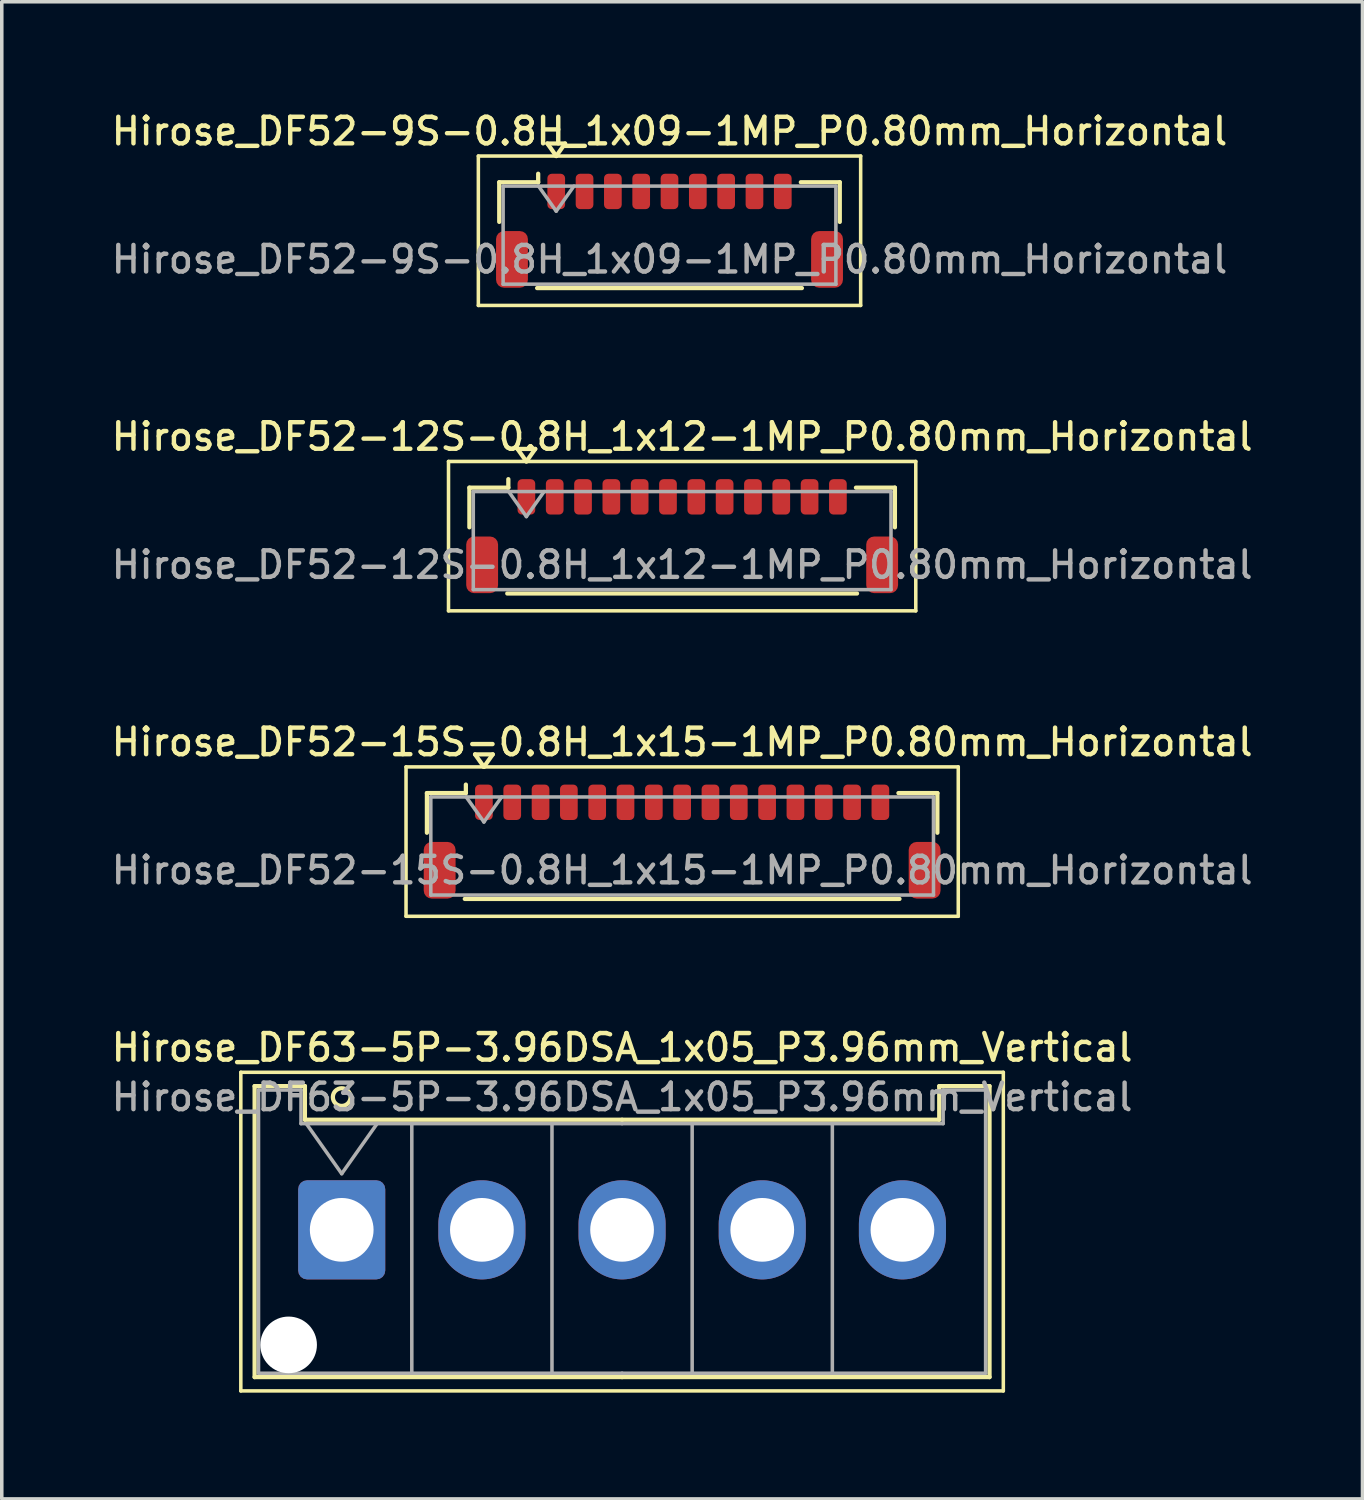
<source format=kicad_pcb>
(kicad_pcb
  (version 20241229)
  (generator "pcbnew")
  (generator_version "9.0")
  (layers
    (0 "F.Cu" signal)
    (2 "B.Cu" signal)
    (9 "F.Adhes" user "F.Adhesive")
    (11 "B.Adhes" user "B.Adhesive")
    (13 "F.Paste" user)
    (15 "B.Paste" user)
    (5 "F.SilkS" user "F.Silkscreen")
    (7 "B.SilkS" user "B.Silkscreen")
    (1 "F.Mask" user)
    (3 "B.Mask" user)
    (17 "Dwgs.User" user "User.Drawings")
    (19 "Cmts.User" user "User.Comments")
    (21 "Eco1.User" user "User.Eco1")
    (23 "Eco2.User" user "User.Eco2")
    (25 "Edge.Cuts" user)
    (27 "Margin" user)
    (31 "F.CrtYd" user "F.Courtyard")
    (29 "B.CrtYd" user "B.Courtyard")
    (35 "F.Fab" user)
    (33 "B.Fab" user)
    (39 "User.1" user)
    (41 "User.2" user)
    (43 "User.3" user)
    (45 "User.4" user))
  (footprint "Hirose_DF63-5P-3.96DSA_1x05_P3.96mm_Vertical"
    (layer "F.Cu")
    (at 6.603 31.692)
    (property "Reference" "Hirose_DF63-5P-3.96DSA_1x05_P3.96mm_Vertical" (at 7.92 -5.15 0) (layer "F.SilkS") (effects (font (size 0.75 0.75) (thickness 0.125))))
    (attr through_hole)
    (fp_line (start -2.85 -4.45) (end -2.85 4.55) (stroke (width 0.1) (type solid)) (layer "F.SilkS"))
    (fp_line (start -2.85 4.55) (end 18.69 4.55) (stroke (width 0.1) (type solid)) (layer "F.SilkS"))
    (fp_line (start -2.46 -4.06) (end -1.04 -4.06) (stroke (width 0.12) (type solid)) (layer "F.SilkS"))
    (fp_line (start -2.46 4.16) (end -2.46 -4.06) (stroke (width 0.12) (type solid)) (layer "F.SilkS"))
    (fp_line (start -1.04 -4.06) (end -1.04 -3.11) (stroke (width 0.12) (type solid)) (layer "F.SilkS"))
    (fp_line (start -1.04 -3.11) (end 7.92 -3.11) (stroke (width 0.12) (type solid)) (layer "F.SilkS"))
    (fp_line (start 7.92 4.16) (end -2.46 4.16) (stroke (width 0.12) (type solid)) (layer "F.SilkS"))
    (fp_line (start 7.92 4.16) (end 18.3 4.16) (stroke (width 0.12) (type solid)) (layer "F.SilkS"))
    (fp_line (start 16.88 -4.06) (end 16.88 -3.11) (stroke (width 0.12) (type solid)) (layer "F.SilkS"))
    (fp_line (start 16.88 -3.11) (end 7.92 -3.11) (stroke (width 0.12) (type solid)) (layer "F.SilkS"))
    (fp_line (start 18.3 -4.06) (end 16.88 -4.06) (stroke (width 0.12) (type solid)) (layer "F.SilkS"))
    (fp_line (start 18.3 4.16) (end 18.3 -4.06) (stroke (width 0.12) (type solid)) (layer "F.SilkS"))
    (fp_line (start 18.69 -4.45) (end -2.85 -4.45) (stroke (width 0.1) (type solid)) (layer "F.SilkS"))
    (fp_line (start 18.69 4.55) (end 18.69 -4.45) (stroke (width 0.1) (type solid)) (layer "F.SilkS"))
    (fp_circle (center 0 -3.75) (end 0.25 -3.75) (stroke (width 0.12) (type solid)) (fill no) (layer "F.SilkS"))
    (fp_line (start -2.35 -3.95) (end -1.15 -3.95) (stroke (width 0.1) (type solid)) (layer "F.Fab"))
    (fp_line (start -2.35 4.05) (end -2.35 -3.95) (stroke (width 0.1) (type solid)) (layer "F.Fab"))
    (fp_line (start -1.15 -3.95) (end -1.15 -3) (stroke (width 0.1) (type solid)) (layer "F.Fab"))
    (fp_line (start -1.15 -3) (end 7.92 -3) (stroke (width 0.1) (type solid)) (layer "F.Fab"))
    (fp_line (start -1 -3) (end 0 -1.586) (stroke (width 0.1) (type solid)) (layer "F.Fab"))
    (fp_line (start 0 -1.586) (end 1 -3) (stroke (width 0.1) (type solid)) (layer "F.Fab"))
    (fp_line (start 1.98 -3) (end 1.98 4.05) (stroke (width 0.1) (type solid)) (layer "F.Fab"))
    (fp_line (start 5.94 -3) (end 5.94 4.05) (stroke (width 0.1) (type solid)) (layer "F.Fab"))
    (fp_line (start 7.92 4.05) (end -2.35 4.05) (stroke (width 0.1) (type solid)) (layer "F.Fab"))
    (fp_line (start 7.92 4.05) (end 18.19 4.05) (stroke (width 0.1) (type solid)) (layer "F.Fab"))
    (fp_line (start 9.9 -3) (end 9.9 4.05) (stroke (width 0.1) (type solid)) (layer "F.Fab"))
    (fp_line (start 13.86 -3) (end 13.86 4.05) (stroke (width 0.1) (type solid)) (layer "F.Fab"))
    (fp_line (start 16.99 -3.95) (end 16.99 -3) (stroke (width 0.1) (type solid)) (layer "F.Fab"))
    (fp_line (start 16.99 -3) (end 7.92 -3) (stroke (width 0.1) (type solid)) (layer "F.Fab"))
    (fp_line (start 18.19 -3.95) (end 16.99 -3.95) (stroke (width 0.1) (type solid)) (layer "F.Fab"))
    (fp_line (start 18.19 4.05) (end 18.19 -3.95) (stroke (width 0.1) (type solid)) (layer "F.Fab"))
    (fp_text user "${REFERENCE}" (at 7.92 -3.75 0) (layer "F.Fab") (effects (font (size 0.75 0.75) (thickness 0.125))))
    (pad "" np_thru_hole circle (at -1.5 3.25) (size 1.6 1.6) (drill 1.6) (layers "*.Cu" "*.Mask"))
    (pad "1" thru_hole roundrect (at 0 0) (size 2.46 2.8) (drill 1.8) (layers "*.Cu" "*.Mask") (roundrect_rratio 0.102))
    (pad "2" thru_hole oval (at 3.96 0) (size 2.46 2.8) (drill 1.8) (layers "*.Cu" "*.Mask"))
    (pad "3" thru_hole oval (at 7.92 0) (size 2.46 2.8) (drill 1.8) (layers "*.Cu" "*.Mask"))
    (pad "4" thru_hole oval (at 11.88 0) (size 2.46 2.8) (drill 1.8) (layers "*.Cu" "*.Mask"))
    (pad "5" thru_hole oval (at 15.84 0) (size 2.46 2.8) (drill 1.8) (layers "*.Cu" "*.Mask")))
  (footprint "Hirose_DF52-15S-0.8H_1x15-1MP_P0.80mm_Horizontal"
    (layer "F.Cu")
    (at 16.22 20.724)
    (property "Reference" "Hirose_DF52-15S-0.8H_1x15-1MP_P0.80mm_Horizontal" (at 0 -2.81 0) (layer "F.SilkS") (effects (font (size 0.75 0.75) (thickness 0.125))))
    (attr smd)
    (fp_line (start -7.8 -2.11) (end -7.8 2.11) (stroke (width 0.1) (type solid)) (layer "F.SilkS"))
    (fp_line (start -7.8 2.11) (end 7.8 2.11) (stroke (width 0.1) (type solid)) (layer "F.SilkS"))
    (fp_line (start -7.21 -1.37) (end -6.11 -1.37) (stroke (width 0.12) (type solid)) (layer "F.SilkS"))
    (fp_line (start -7.21 -0.25) (end -7.21 -1.37) (stroke (width 0.12) (type solid)) (layer "F.SilkS"))
    (fp_line (start -6.14 1.62) (end 6.14 1.62) (stroke (width 0.12) (type solid)) (layer "F.SilkS"))
    (fp_line (start -6.11 -1.37) (end -6.11 -1.61) (stroke (width 0.12) (type solid)) (layer "F.SilkS"))
    (fp_line (start -5.85 -2.464) (end -5.6 -2.11) (stroke (width 0.12) (type solid)) (layer "F.SilkS"))
    (fp_line (start -5.6 -2.11) (end -5.35 -2.464) (stroke (width 0.12) (type solid)) (layer "F.SilkS"))
    (fp_line (start -5.35 -2.464) (end -5.85 -2.464) (stroke (width 0.12) (type solid)) (layer "F.SilkS"))
    (fp_line (start 7.21 -1.37) (end 6.11 -1.37) (stroke (width 0.12) (type solid)) (layer "F.SilkS"))
    (fp_line (start 7.21 -0.25) (end 7.21 -1.37) (stroke (width 0.12) (type solid)) (layer "F.SilkS"))
    (fp_line (start 7.8 -2.11) (end -7.8 -2.11) (stroke (width 0.1) (type solid)) (layer "F.SilkS"))
    (fp_line (start 7.8 2.11) (end 7.8 -2.11) (stroke (width 0.1) (type solid)) (layer "F.SilkS"))
    (fp_line (start -7.1 -1.26) (end -7.1 1.51) (stroke (width 0.1) (type solid)) (layer "F.Fab"))
    (fp_line (start -7.1 -1.26) (end 7.1 -1.26) (stroke (width 0.1) (type solid)) (layer "F.Fab"))
    (fp_line (start -7.1 1.51) (end 7.1 1.51) (stroke (width 0.1) (type solid)) (layer "F.Fab"))
    (fp_line (start -6.1 -1.26) (end -5.6 -0.553) (stroke (width 0.1) (type solid)) (layer "F.Fab"))
    (fp_line (start -5.6 -0.553) (end -5.1 -1.26) (stroke (width 0.1) (type solid)) (layer "F.Fab"))
    (fp_line (start 7.1 -1.26) (end 7.1 1.51) (stroke (width 0.1) (type solid)) (layer "F.Fab"))
    (fp_text user "${REFERENCE}" (at 0 0.81 0) (layer "F.Fab") (effects (font (size 0.75 0.75) (thickness 0.125))))
    (pad "1" smd roundrect (at -5.6 -1.11) (size 0.5 1) (layers "F.Cu" "F.Mask" "F.Paste") (roundrect_rratio 0.25))
    (pad "2" smd roundrect (at -4.8 -1.11) (size 0.5 1) (layers "F.Cu" "F.Mask" "F.Paste") (roundrect_rratio 0.25))
    (pad "3" smd roundrect (at -4 -1.11) (size 0.5 1) (layers "F.Cu" "F.Mask" "F.Paste") (roundrect_rratio 0.25))
    (pad "4" smd roundrect (at -3.2 -1.11) (size 0.5 1) (layers "F.Cu" "F.Mask" "F.Paste") (roundrect_rratio 0.25))
    (pad "5" smd roundrect (at -2.4 -1.11) (size 0.5 1) (layers "F.Cu" "F.Mask" "F.Paste") (roundrect_rratio 0.25))
    (pad "6" smd roundrect (at -1.6 -1.11) (size 0.5 1) (layers "F.Cu" "F.Mask" "F.Paste") (roundrect_rratio 0.25))
    (pad "7" smd roundrect (at -0.8 -1.11) (size 0.5 1) (layers "F.Cu" "F.Mask" "F.Paste") (roundrect_rratio 0.25))
    (pad "8" smd roundrect (at 0 -1.11) (size 0.5 1) (layers "F.Cu" "F.Mask" "F.Paste") (roundrect_rratio 0.25))
    (pad "9" smd roundrect (at 0.8 -1.11) (size 0.5 1) (layers "F.Cu" "F.Mask" "F.Paste") (roundrect_rratio 0.25))
    (pad "10" smd roundrect (at 1.6 -1.11) (size 0.5 1) (layers "F.Cu" "F.Mask" "F.Paste") (roundrect_rratio 0.25))
    (pad "11" smd roundrect (at 2.4 -1.11) (size 0.5 1) (layers "F.Cu" "F.Mask" "F.Paste") (roundrect_rratio 0.25))
    (pad "12" smd roundrect (at 3.2 -1.11) (size 0.5 1) (layers "F.Cu" "F.Mask" "F.Paste") (roundrect_rratio 0.25))
    (pad "13" smd roundrect (at 4 -1.11) (size 0.5 1) (layers "F.Cu" "F.Mask" "F.Paste") (roundrect_rratio 0.25))
    (pad "14" smd roundrect (at 4.8 -1.11) (size 0.5 1) (layers "F.Cu" "F.Mask" "F.Paste") (roundrect_rratio 0.25))
    (pad "15" smd roundrect (at 5.6 -1.11) (size 0.5 1) (layers "F.Cu" "F.Mask" "F.Paste") (roundrect_rratio 0.25))
    (pad "MP" smd roundrect (at -6.85 0.81) (size 0.9 1.6) (layers "F.Cu" "F.Mask" "F.Paste") (roundrect_rratio 0.25))
    (pad "MP" smd roundrect (at 6.85 0.81) (size 0.9 1.6) (layers "F.Cu" "F.Mask" "F.Paste") (roundrect_rratio 0.25)))
  (footprint "Hirose_DF52-9S-0.8H_1x09-1MP_P0.80mm_Horizontal"
    (layer "F.Cu")
    (at 15.863 3.468)
    (property "Reference" "Hirose_DF52-9S-0.8H_1x09-1MP_P0.80mm_Horizontal" (at 0 -2.81 0) (layer "F.SilkS") (effects (font (size 0.75 0.75) (thickness 0.125))))
    (attr smd)
    (fp_line (start -5.4 -2.11) (end -5.4 2.11) (stroke (width 0.1) (type solid)) (layer "F.SilkS"))
    (fp_line (start -5.4 2.11) (end 5.4 2.11) (stroke (width 0.1) (type solid)) (layer "F.SilkS"))
    (fp_line (start -4.81 -1.37) (end -3.71 -1.37) (stroke (width 0.12) (type solid)) (layer "F.SilkS"))
    (fp_line (start -4.81 -0.25) (end -4.81 -1.37) (stroke (width 0.12) (type solid)) (layer "F.SilkS"))
    (fp_line (start -3.74 1.62) (end 3.74 1.62) (stroke (width 0.12) (type solid)) (layer "F.SilkS"))
    (fp_line (start -3.71 -1.37) (end -3.71 -1.61) (stroke (width 0.12) (type solid)) (layer "F.SilkS"))
    (fp_line (start -3.45 -2.464) (end -3.2 -2.11) (stroke (width 0.12) (type solid)) (layer "F.SilkS"))
    (fp_line (start -3.2 -2.11) (end -2.95 -2.464) (stroke (width 0.12) (type solid)) (layer "F.SilkS"))
    (fp_line (start -2.95 -2.464) (end -3.45 -2.464) (stroke (width 0.12) (type solid)) (layer "F.SilkS"))
    (fp_line (start 4.81 -1.37) (end 3.71 -1.37) (stroke (width 0.12) (type solid)) (layer "F.SilkS"))
    (fp_line (start 4.81 -0.25) (end 4.81 -1.37) (stroke (width 0.12) (type solid)) (layer "F.SilkS"))
    (fp_line (start 5.4 -2.11) (end -5.4 -2.11) (stroke (width 0.1) (type solid)) (layer "F.SilkS"))
    (fp_line (start 5.4 2.11) (end 5.4 -2.11) (stroke (width 0.1) (type solid)) (layer "F.SilkS"))
    (fp_line (start -4.7 -1.26) (end -4.7 1.51) (stroke (width 0.1) (type solid)) (layer "F.Fab"))
    (fp_line (start -4.7 -1.26) (end 4.7 -1.26) (stroke (width 0.1) (type solid)) (layer "F.Fab"))
    (fp_line (start -4.7 1.51) (end 4.7 1.51) (stroke (width 0.1) (type solid)) (layer "F.Fab"))
    (fp_line (start -3.7 -1.26) (end -3.2 -0.553) (stroke (width 0.1) (type solid)) (layer "F.Fab"))
    (fp_line (start -3.2 -0.553) (end -2.7 -1.26) (stroke (width 0.1) (type solid)) (layer "F.Fab"))
    (fp_line (start 4.7 -1.26) (end 4.7 1.51) (stroke (width 0.1) (type solid)) (layer "F.Fab"))
    (fp_text user "${REFERENCE}" (at 0 0.81 0) (layer "F.Fab") (effects (font (size 0.75 0.75) (thickness 0.125))))
    (pad "1" smd roundrect (at -3.2 -1.11) (size 0.5 1) (layers "F.Cu" "F.Mask" "F.Paste") (roundrect_rratio 0.25))
    (pad "2" smd roundrect (at -2.4 -1.11) (size 0.5 1) (layers "F.Cu" "F.Mask" "F.Paste") (roundrect_rratio 0.25))
    (pad "3" smd roundrect (at -1.6 -1.11) (size 0.5 1) (layers "F.Cu" "F.Mask" "F.Paste") (roundrect_rratio 0.25))
    (pad "4" smd roundrect (at -0.8 -1.11) (size 0.5 1) (layers "F.Cu" "F.Mask" "F.Paste") (roundrect_rratio 0.25))
    (pad "5" smd roundrect (at 0 -1.11) (size 0.5 1) (layers "F.Cu" "F.Mask" "F.Paste") (roundrect_rratio 0.25))
    (pad "6" smd roundrect (at 0.8 -1.11) (size 0.5 1) (layers "F.Cu" "F.Mask" "F.Paste") (roundrect_rratio 0.25))
    (pad "7" smd roundrect (at 1.6 -1.11) (size 0.5 1) (layers "F.Cu" "F.Mask" "F.Paste") (roundrect_rratio 0.25))
    (pad "8" smd roundrect (at 2.4 -1.11) (size 0.5 1) (layers "F.Cu" "F.Mask" "F.Paste") (roundrect_rratio 0.25))
    (pad "9" smd roundrect (at 3.2 -1.11) (size 0.5 1) (layers "F.Cu" "F.Mask" "F.Paste") (roundrect_rratio 0.25))
    (pad "MP" smd roundrect (at -4.45 0.81) (size 0.9 1.6) (layers "F.Cu" "F.Mask" "F.Paste") (roundrect_rratio 0.25))
    (pad "MP" smd roundrect (at 4.45 0.81) (size 0.9 1.6) (layers "F.Cu" "F.Mask" "F.Paste") (roundrect_rratio 0.25)))
  (footprint "Hirose_DF52-12S-0.8H_1x12-1MP_P0.80mm_Horizontal"
    (layer "F.Cu")
    (at 16.22 12.096)
    (property "Reference" "Hirose_DF52-12S-0.8H_1x12-1MP_P0.80mm_Horizontal" (at 0 -2.81 0) (layer "F.SilkS") (effects (font (size 0.75 0.75) (thickness 0.125))))
    (attr smd)
    (fp_line (start -6.6 -2.11) (end -6.6 2.11) (stroke (width 0.1) (type solid)) (layer "F.SilkS"))
    (fp_line (start -6.6 2.11) (end 6.6 2.11) (stroke (width 0.1) (type solid)) (layer "F.SilkS"))
    (fp_line (start -6.01 -1.37) (end -4.91 -1.37) (stroke (width 0.12) (type solid)) (layer "F.SilkS"))
    (fp_line (start -6.01 -0.25) (end -6.01 -1.37) (stroke (width 0.12) (type solid)) (layer "F.SilkS"))
    (fp_line (start -4.94 1.62) (end 4.94 1.62) (stroke (width 0.12) (type solid)) (layer "F.SilkS"))
    (fp_line (start -4.91 -1.37) (end -4.91 -1.61) (stroke (width 0.12) (type solid)) (layer "F.SilkS"))
    (fp_line (start -4.65 -2.464) (end -4.4 -2.11) (stroke (width 0.12) (type solid)) (layer "F.SilkS"))
    (fp_line (start -4.4 -2.11) (end -4.15 -2.464) (stroke (width 0.12) (type solid)) (layer "F.SilkS"))
    (fp_line (start -4.15 -2.464) (end -4.65 -2.464) (stroke (width 0.12) (type solid)) (layer "F.SilkS"))
    (fp_line (start 6.01 -1.37) (end 4.91 -1.37) (stroke (width 0.12) (type solid)) (layer "F.SilkS"))
    (fp_line (start 6.01 -0.25) (end 6.01 -1.37) (stroke (width 0.12) (type solid)) (layer "F.SilkS"))
    (fp_line (start 6.6 -2.11) (end -6.6 -2.11) (stroke (width 0.1) (type solid)) (layer "F.SilkS"))
    (fp_line (start 6.6 2.11) (end 6.6 -2.11) (stroke (width 0.1) (type solid)) (layer "F.SilkS"))
    (fp_line (start -5.9 -1.26) (end -5.9 1.51) (stroke (width 0.1) (type solid)) (layer "F.Fab"))
    (fp_line (start -5.9 -1.26) (end 5.9 -1.26) (stroke (width 0.1) (type solid)) (layer "F.Fab"))
    (fp_line (start -5.9 1.51) (end 5.9 1.51) (stroke (width 0.1) (type solid)) (layer "F.Fab"))
    (fp_line (start -4.9 -1.26) (end -4.4 -0.553) (stroke (width 0.1) (type solid)) (layer "F.Fab"))
    (fp_line (start -4.4 -0.553) (end -3.9 -1.26) (stroke (width 0.1) (type solid)) (layer "F.Fab"))
    (fp_line (start 5.9 -1.26) (end 5.9 1.51) (stroke (width 0.1) (type solid)) (layer "F.Fab"))
    (fp_text user "${REFERENCE}" (at 0 0.81 0) (layer "F.Fab") (effects (font (size 0.75 0.75) (thickness 0.125))))
    (pad "1" smd roundrect (at -4.4 -1.11) (size 0.5 1) (layers "F.Cu" "F.Mask" "F.Paste") (roundrect_rratio 0.25))
    (pad "2" smd roundrect (at -3.6 -1.11) (size 0.5 1) (layers "F.Cu" "F.Mask" "F.Paste") (roundrect_rratio 0.25))
    (pad "3" smd roundrect (at -2.8 -1.11) (size 0.5 1) (layers "F.Cu" "F.Mask" "F.Paste") (roundrect_rratio 0.25))
    (pad "4" smd roundrect (at -2 -1.11) (size 0.5 1) (layers "F.Cu" "F.Mask" "F.Paste") (roundrect_rratio 0.25))
    (pad "5" smd roundrect (at -1.2 -1.11) (size 0.5 1) (layers "F.Cu" "F.Mask" "F.Paste") (roundrect_rratio 0.25))
    (pad "6" smd roundrect (at -0.4 -1.11) (size 0.5 1) (layers "F.Cu" "F.Mask" "F.Paste") (roundrect_rratio 0.25))
    (pad "7" smd roundrect (at 0.4 -1.11) (size 0.5 1) (layers "F.Cu" "F.Mask" "F.Paste") (roundrect_rratio 0.25))
    (pad "8" smd roundrect (at 1.2 -1.11) (size 0.5 1) (layers "F.Cu" "F.Mask" "F.Paste") (roundrect_rratio 0.25))
    (pad "9" smd roundrect (at 2 -1.11) (size 0.5 1) (layers "F.Cu" "F.Mask" "F.Paste") (roundrect_rratio 0.25))
    (pad "10" smd roundrect (at 2.8 -1.11) (size 0.5 1) (layers "F.Cu" "F.Mask" "F.Paste") (roundrect_rratio 0.25))
    (pad "11" smd roundrect (at 3.6 -1.11) (size 0.5 1) (layers "F.Cu" "F.Mask" "F.Paste") (roundrect_rratio 0.25))
    (pad "12" smd roundrect (at 4.4 -1.11) (size 0.5 1) (layers "F.Cu" "F.Mask" "F.Paste") (roundrect_rratio 0.25))
    (pad "MP" smd roundrect (at -5.65 0.81) (size 0.9 1.6) (layers "F.Cu" "F.Mask" "F.Paste") (roundrect_rratio 0.25))
    (pad "MP" smd roundrect (at 5.65 0.81) (size 0.9 1.6) (layers "F.Cu" "F.Mask" "F.Paste") (roundrect_rratio 0.25)))
  (gr_rect
    (start -3 -3)
    (end 35.439 39.292)
    (stroke (width 0.1) (type default))
    (fill no)
    (layer "Edge.Cuts")))
</source>
